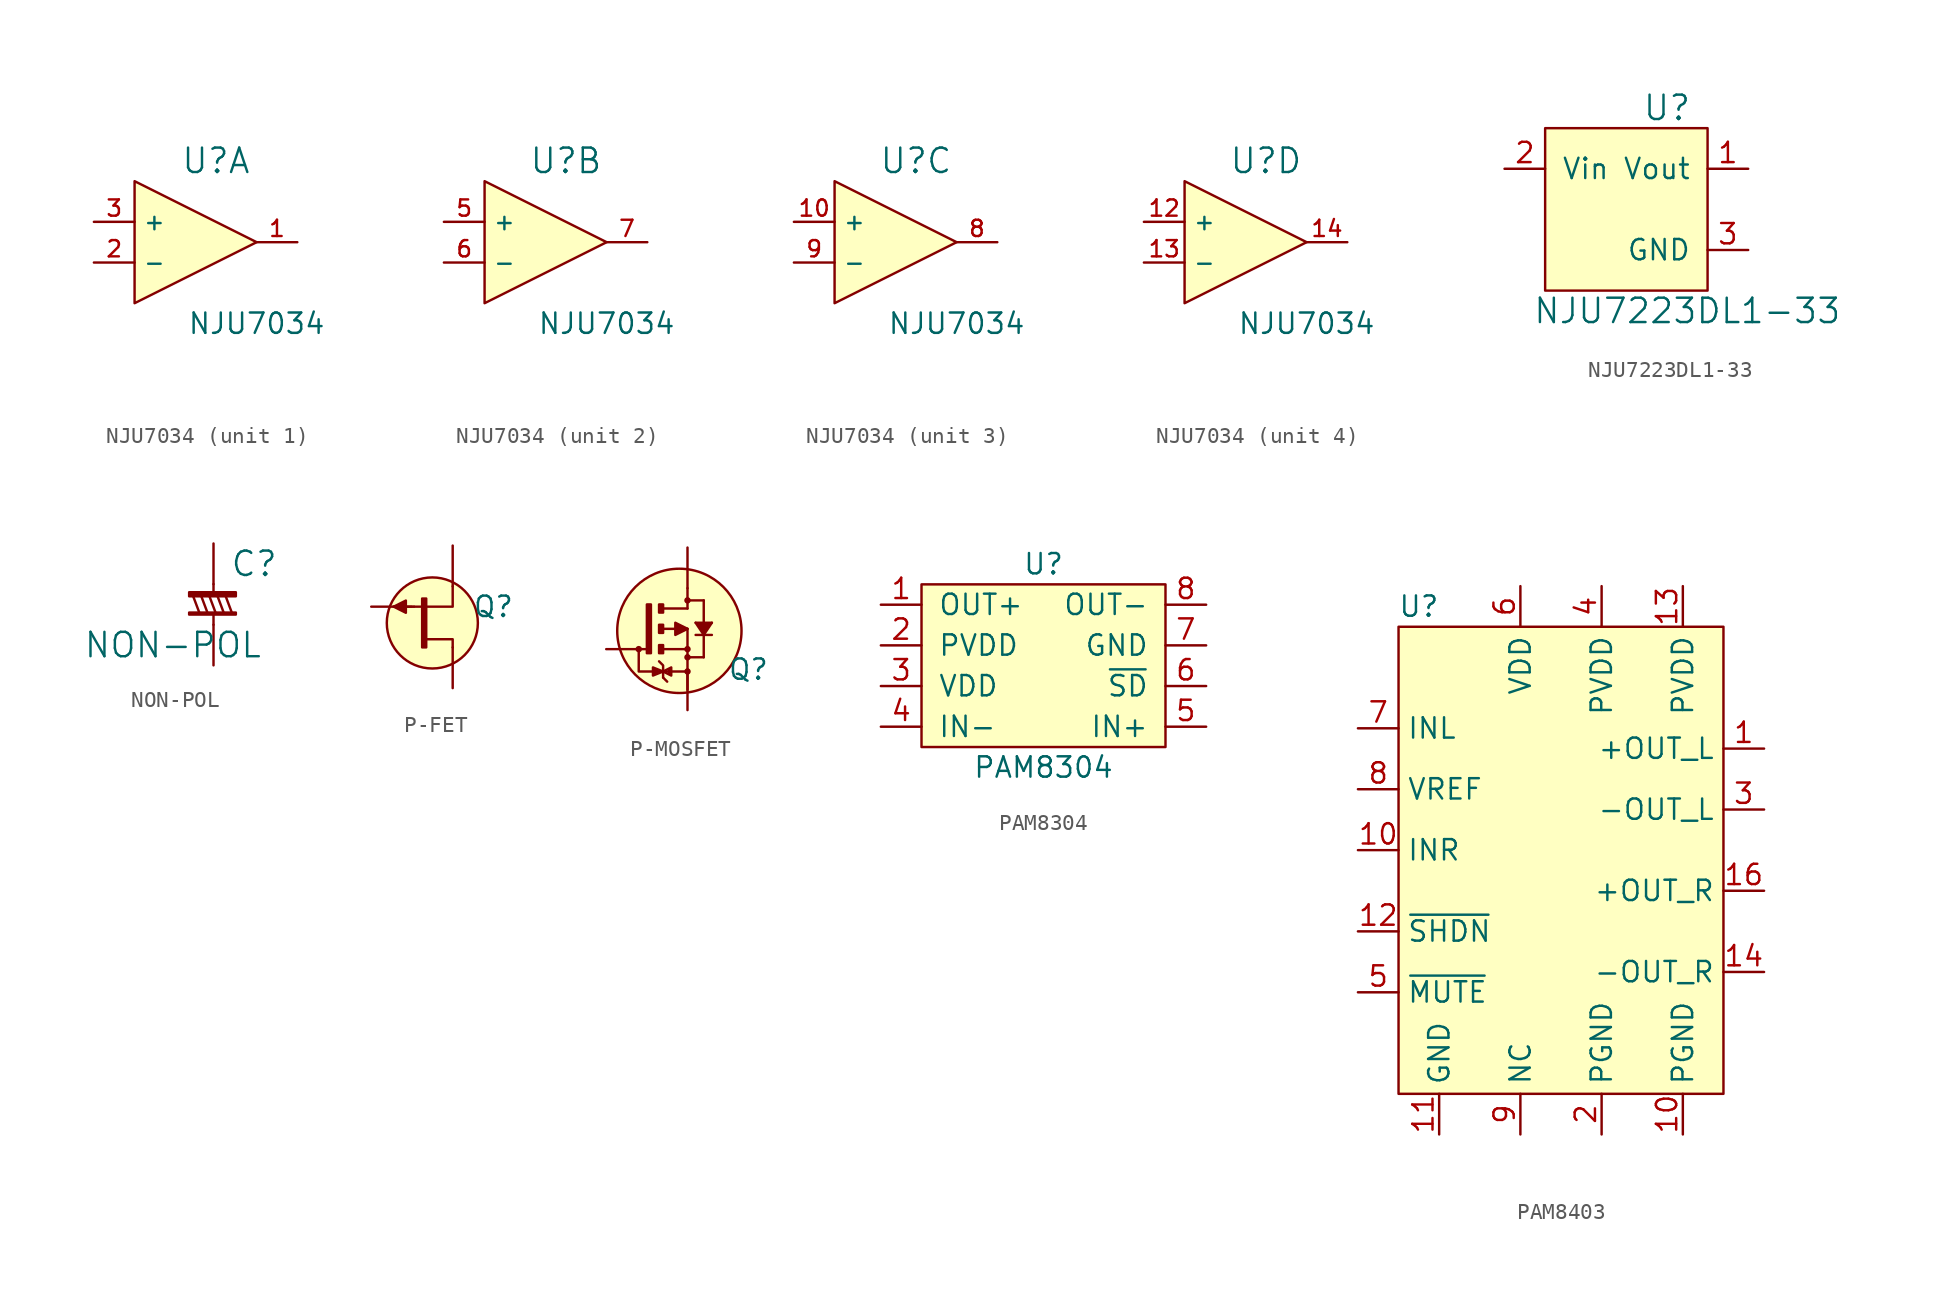
<source format=kicad_sym>
(kicad_symbol_lib
  (version 20220914)
  (generator kicad_symbol_editor)
  (symbol "NJU7034"
    (property "Reference" "U"
      (at 1.27 5.08 0)
      (effects (font (size 1.524 1.524))))
    (property "Value" "NJU7034"
      (at 3.81 -5.08 0)
      (effects (font (size 1.27 1.27))))
    (property "Footprint" ""
      (at 0 0 0)
      (effects (font (size 1.524 1.524))))
    (property "Datasheet" ""
      (at 0 0 0)
      (effects (font (size 1.524 1.524))))
    (symbol "NJU7034_0_1"
      (polyline (pts (xy -3.81 3.81) (xy 3.81 0) (xy -3.81 -3.81) (xy -3.81 3.81)) (stroke (width 0.152) (type default)) (fill (type background)))
      (pin power_in line (at -3.81 -8.89 90) (length 5.08) hide (name "VSS" (effects (font (size 1.016 1.016)))) (number "11" (effects (font (size 1.016 1.016)))))
      (pin power_in line (at -3.81 8.89 270) (length 5.08) hide (name "VDD" (effects (font (size 1.016 1.016)))) (number "4" (effects (font (size 1.016 1.016))))))
    (symbol "NJU7034_1_1"
      (pin output line (at 6.35 0 180) (length 2.54) (name "~" (effects (font (size 1.016 1.016)))) (number "1" (effects (font (size 1.016 1.016)))))
      (pin input line (at -6.35 -1.27 0) (length 2.54) (name "-" (effects (font (size 1.016 1.016)))) (number "2" (effects (font (size 1.016 1.016)))))
      (pin input line (at -6.35 1.27 0) (length 2.54) (name "+" (effects (font (size 1.016 1.016)))) (number "3" (effects (font (size 1.016 1.016))))))
    (symbol "NJU7034_2_1"
      (pin input line (at -6.35 1.27 0) (length 2.54) (name "+" (effects (font (size 1.016 1.016)))) (number "5" (effects (font (size 1.016 1.016)))))
      (pin input line (at -6.35 -1.27 0) (length 2.54) (name "-" (effects (font (size 1.016 1.016)))) (number "6" (effects (font (size 1.016 1.016)))))
      (pin output line (at 6.35 0 180) (length 2.54) (name "~" (effects (font (size 1.016 1.016)))) (number "7" (effects (font (size 1.016 1.016))))))
    (symbol "NJU7034_3_1"
      (pin input line (at -6.35 1.27 0) (length 2.54) (name "+" (effects (font (size 1.016 1.016)))) (number "10" (effects (font (size 1.016 1.016)))))
      (pin output line (at 6.35 0 180) (length 2.54) (name "~" (effects (font (size 1.016 1.016)))) (number "8" (effects (font (size 1.016 1.016)))))
      (pin input line (at -6.35 -1.27 0) (length 2.54) (name "-" (effects (font (size 1.016 1.016)))) (number "9" (effects (font (size 1.016 1.016))))))
    (symbol "NJU7034_4_1"
      (pin input line (at -6.35 1.27 0) (length 2.54) (name "+" (effects (font (size 1.016 1.016)))) (number "12" (effects (font (size 1.016 1.016)))))
      (pin input line (at -6.35 -1.27 0) (length 2.54) (name "-" (effects (font (size 1.016 1.016)))) (number "13" (effects (font (size 1.016 1.016)))))
      (pin output line (at 6.35 0 180) (length 2.54) (name "~" (effects (font (size 1.016 1.016)))) (number "14" (effects (font (size 1.016 1.016)))))))
  (symbol "NJU7223DL1-33"
    (pin_names
      (offset 1.016))
    (property "Reference" "U"
      (at 2.54 6.35 0)
      (effects (font (size 1.524 1.524))))
    (property "Value" "NJU7223DL1-33"
      (at 3.81 -6.35 0)
      (effects (font (size 1.524 1.524))))
    (symbol "NJU7223DL1-33_0_1"
      (rectangle (start -5.08 5.08) (end 5.08 -5.08) (stroke (width 0) (type default)) (fill (type background))))
    (symbol "NJU7223DL1-33_1_1"
      (pin power_out line (at 7.62 2.54 180) (length 2.54) (name "Vout" (effects (font (size 1.27 1.27)))) (number "1" (effects (font (size 1.27 1.27)))))
      (pin power_in line (at -7.62 2.54 0) (length 2.54) (name "Vin" (effects (font (size 1.27 1.27)))) (number "2" (effects (font (size 1.27 1.27)))))
      (pin power_in line (at 7.62 -2.54 180) (length 2.54) (name "GND" (effects (font (size 1.27 1.27)))) (number "3" (effects (font (size 1.27 1.27)))))))
  (symbol "NON-POL"
    (pin_numbers hide)
    (pin_names
      (offset 1.016) hide)
    (property "Reference" "C"
      (at 2.54 2.54 0)
      (effects (font (size 1.524 1.524))))
    (property "Value" "NON-POL"
      (at -2.54 -2.54 0)
      (effects (font (size 1.524 1.524))))
    (property "Footprint" ""
      (at 0 0 90)
      (effects (font (size 1.524 1.524))))
    (property "Datasheet" ""
      (at 0 0 90)
      (effects (font (size 1.524 1.524))))
    (symbol "NON-POL_0_1"
      (rectangle (start -1.524 -0.508) (end 1.397 -0.635) (stroke (width 0) (type default)) (fill (type none)))
      (rectangle (start -1.524 0.762) (end 1.397 0.508) (stroke (width 0) (type default)) (fill (type outline)))
      (rectangle (start 0 -0.635) (end 0 -1.27) (stroke (width 0) (type default)) (fill (type none)))
      (polyline (pts (xy -1.27 0.508) (xy -0.889 -0.508)) (stroke (width 0) (type default)) (fill (type none)))
      (polyline (pts (xy -0.762 0.508) (xy -0.381 -0.508)) (stroke (width 0) (type default)) (fill (type none)))
      (polyline (pts (xy -0.254 0.508) (xy 0.127 -0.508)) (stroke (width 0) (type default)) (fill (type none)))
      (polyline (pts (xy 0.254 0.508) (xy 0.635 -0.508)) (stroke (width 0) (type default)) (fill (type none)))
      (polyline (pts (xy 0.762 0.508) (xy 1.143 -0.508)) (stroke (width 0) (type default)) (fill (type none)))
      (rectangle (start 0 1.27) (end 0 0.762) (stroke (width 0) (type default)) (fill (type none))))
    (symbol "NON-POL_1_1"
      (pin passive line (at 0 -3.81 90) (length 2.54) (name "~" (effects (font (size 1.27 1.27)))) (number "1" (effects (font (size 1.27 1.27)))))
      (pin passive line (at 0 3.81 270) (length 2.54) (name "~" (effects (font (size 1.27 1.27)))) (number "2" (effects (font (size 1.27 1.27)))))))
  (symbol "P-FET"
    (pin_numbers hide)
    (pin_names hide)
    (property "Reference" "Q"
      (at 2.54 0 0)
      (effects (font (size 1.27 1.27))))
    (property "Value" ""
      (at 0 0 0)
      (effects (font (size 1.27 1.27))))
    (symbol "P-FET_0_1"
      (rectangle (start -1.651 0.508) (end -1.905 -2.54) (stroke (width 0) (type default)) (fill (type outline)))
      (circle (center -1.27 -1.016) (radius 2.84) (stroke (width 0) (type default)) (fill (type background)))
      (polyline (pts (xy -3.683 0) (xy -2.413 0)) (stroke (width 0) (type default)) (fill (type none)))
      (polyline (pts (xy -2.413 0) (xy -1.905 0)) (stroke (width 0) (type default)) (fill (type none)))
      (polyline (pts (xy -1.651 -2.032) (xy 0 -2.032) (xy 0 -2.54)) (stroke (width 0) (type default)) (fill (type none)))
      (polyline (pts (xy -1.651 0) (xy 0 0) (xy 0 1.27)) (stroke (width 0) (type default)) (fill (type none)))
      (polyline (pts (xy -3.683 0) (xy -2.921 -0.381) (xy -2.921 0.381) (xy -3.683 0)) (stroke (width 0) (type default)) (fill (type outline))))
    (symbol "P-FET_1_1"
      (pin passive line (at 0 3.81 270) (length 2.54) (name "S" (effects (font (size 1.27 1.27)))) (number "1" (effects (font (size 1.27 1.27)))))
      (pin passive line (at 0 -5.08 90) (length 2.54) (name "D" (effects (font (size 1.27 1.27)))) (number "2" (effects (font (size 1.27 1.27)))))
      (pin passive line (at -5.08 0 0) (length 2.54) (name "G" (effects (font (size 1.27 1.27)))) (number "3" (effects (font (size 1.27 1.27)))))))
  (symbol "P-MOSFET"
    (pin_numbers hide)
    (pin_names hide)
    (property "Reference" "Q"
      (at 3.81 -1.27 0)
      (effects (font (size 1.27 1.27))))
    (property "Value" ""
      (at 0 1.27 0)
      (effects (font (size 1.27 1.27))))
    (symbol "P-MOSFET_0_1"
      (circle (center -3.048 0) (radius 0.127) (stroke (width 0) (type default)) (fill (type none)))
      (rectangle (start -2.286 -0.254) (end -2.54 2.794) (stroke (width 0) (type default)) (fill (type outline)))
      (rectangle (start -1.778 -0.254) (end -1.524 0.254) (stroke (width 0) (type default)) (fill (type outline)))
      (rectangle (start -1.778 1.016) (end -1.524 1.524) (stroke (width 0) (type default)) (fill (type outline)))
      (rectangle (start -1.778 2.286) (end -1.524 2.794) (stroke (width 0) (type default)) (fill (type outline)))
      (circle (center -0.508 1.143) (radius 3.885) (stroke (width 0) (type default)) (fill (type background)))
      (circle (center 0 -1.397) (radius 0.127) (stroke (width 0) (type default)) (fill (type none)))
      (circle (center 0 -0.508) (radius 0.127) (stroke (width 0) (type default)) (fill (type none)))
      (polyline (pts (xy -2.032 -1.524) (xy -2.032 -1.27)) (stroke (width 0) (type default)) (fill (type none)))
      (polyline (pts (xy -1.905 -1.524) (xy -1.905 -1.27)) (stroke (width 0) (type default)) (fill (type none)))
      (polyline (pts (xy -1.524 -1.778) (xy -1.27 -2.032)) (stroke (width 0) (type default)) (fill (type none)))
      (polyline (pts (xy -1.143 -1.524) (xy -1.143 -1.27)) (stroke (width 0) (type default)) (fill (type none)))
      (polyline (pts (xy 0 0) (xy 0 -2.54)) (stroke (width 0) (type default)) (fill (type none)))
      (polyline (pts (xy 0 1.27) (xy -1.549 1.27)) (stroke (width 0) (type default)) (fill (type none)))
      (polyline (pts (xy 0 1.27) (xy 0 0)) (stroke (width 0) (type default)) (fill (type none)))
      (polyline (pts (xy 0 2.54) (xy 0 3.81)) (stroke (width 0) (type default)) (fill (type none)))
      (polyline (pts (xy 1.524 0.889) (xy 0.508 0.889)) (stroke (width 0) (type default)) (fill (type none)))
      (polyline (pts (xy -1.524 -1.778) (xy -1.524 -1.016) (xy -1.778 -0.762)) (stroke (width 0) (type default)) (fill (type none)))
      (polyline (pts (xy -1.524 0) (xy 0 0) (xy 0 0)) (stroke (width 0) (type default)) (fill (type none)))
      (polyline (pts (xy -1.524 2.54) (xy 0 2.54) (xy 0 2.54)) (stroke (width 0) (type default)) (fill (type none)))
      (polyline (pts (xy 0 -1.397) (xy -3.048 -1.397) (xy -3.048 0)) (stroke (width 0) (type default)) (fill (type none)))
      (polyline (pts (xy 0 3.048) (xy 1.016 3.048) (xy 1.016 3.048)) (stroke (width 0) (type default)) (fill (type none)))
      (polyline (pts (xy 0.508 1.651) (xy 1.524 1.651) (xy 1.524 1.651)) (stroke (width 0) (type default)) (fill (type outline)))
      (polyline (pts (xy 1.016 -0.508) (xy 1.016 3.048) (xy 1.016 3.048)) (stroke (width 0) (type default)) (fill (type outline)))
      (polyline (pts (xy 1.524 1.651) (xy 1.016 0.889) (xy 0.508 1.651)) (stroke (width 0) (type default)) (fill (type outline)))
      (polyline (pts (xy -2.159 -1.651) (xy -2.159 -1.143) (xy -1.524 -1.397) (xy -2.159 -1.651)) (stroke (width 0) (type default)) (fill (type none)))
      (polyline (pts (xy -1.524 -1.397) (xy -1.016 -1.651) (xy -1.016 -1.143) (xy -1.524 -1.397)) (stroke (width 0) (type default)) (fill (type none)))
      (polyline (pts (xy 0 1.27) (xy -0.762 1.651) (xy -0.762 0.889) (xy 0 1.27)) (stroke (width 0) (type default)) (fill (type outline)))
      (polyline (pts (xy 0 -0.508) (xy 1.016 -0.508) (xy 1.016 -0.508) (xy 1.016 -0.508) (xy 1.016 -0.508)) (stroke (width 0) (type default)) (fill (type none)))
      (circle (center 0 0) (radius 0.127) (stroke (width 0) (type default)) (fill (type none)))
      (circle (center 0 3.048) (radius 0.127) (stroke (width 0) (type default)) (fill (type none))))
    (symbol "P-MOSFET_1_1"
      (pin passive line (at -5.08 0 0) (length 2.54) (name "G" (effects (font (size 1.27 1.27)))) (number "1" (effects (font (size 1.27 1.27)))))
      (pin passive line (at 0 -3.81 90) (length 2.54) (name "S" (effects (font (size 1.27 1.27)))) (number "2" (effects (font (size 1.27 1.27)))))
      (pin passive line (at 0 6.35 270) (length 2.54) (name "D" (effects (font (size 1.27 1.27)))) (number "3" (effects (font (size 1.27 1.27)))))))
  (symbol "PAM8304"
    (pin_names
      (offset 1.016))
    (property "Reference" "U"
      (at 0 6.35 0)
      (effects (font (size 1.27 1.27))))
    (property "Value" "PAM8304"
      (at 0 -6.35 0)
      (effects (font (size 1.27 1.27))))
    (symbol "PAM8304_0_1"
      (rectangle (start -7.62 5.08) (end 7.62 -5.08) (stroke (width 0) (type default)) (fill (type background))))
    (symbol "PAM8304_1_1"
      (pin output line (at -10.16 3.81 0) (length 2.54) (name "OUT+" (effects (font (size 1.27 1.27)))) (number "1" (effects (font (size 1.27 1.27)))))
      (pin power_in line (at -10.16 1.27 0) (length 2.54) (name "PVDD" (effects (font (size 1.27 1.27)))) (number "2" (effects (font (size 1.27 1.27)))))
      (pin power_in line (at -10.16 -1.27 0) (length 2.54) (name "VDD" (effects (font (size 1.27 1.27)))) (number "3" (effects (font (size 1.27 1.27)))))
      (pin input line (at -10.16 -3.81 0) (length 2.54) (name "IN-" (effects (font (size 1.27 1.27)))) (number "4" (effects (font (size 1.27 1.27)))))
      (pin input line (at 10.16 -3.81 180) (length 2.54) (name "IN+" (effects (font (size 1.27 1.27)))) (number "5" (effects (font (size 1.27 1.27)))))
      (pin input line (at 10.16 -1.27 180) (length 2.54) (name "~{SD}" (effects (font (size 1.27 1.27)))) (number "6" (effects (font (size 1.27 1.27)))))
      (pin power_in line (at 10.16 1.27 180) (length 2.54) (name "GND" (effects (font (size 1.27 1.27)))) (number "7" (effects (font (size 1.27 1.27)))))
      (pin output line (at 10.16 3.81 180) (length 2.54) (name "OUT-" (effects (font (size 1.27 1.27)))) (number "8" (effects (font (size 1.27 1.27)))))))
  (symbol "PAM8403"
    (property "Reference" "U"
      (at -8.89 15.24 0)
      (effects (font (size 1.27 1.27))))
    (property "Value" ""
      (at 0 0 0)
      (effects (font (size 1.27 1.27))))
    (symbol "PAM8403_0_1"
      (rectangle (start -10.16 13.97) (end 10.16 -15.24) (stroke (width 0) (type default)) (fill (type background))))
    (symbol "PAM8403_1_1"
      (pin output line (at 12.7 6.35 180) (length 2.54) (name "+OUT_L" (effects (font (size 1.27 1.27)))) (number "1" (effects (font (size 1.27 1.27)))))
      (pin input line (at -12.7 0 0) (length 2.54) (name "INR" (effects (font (size 1.27 1.27)))) (number "10" (effects (font (size 1.27 1.27)))))
      (pin power_in line (at 7.62 -17.78 90) (length 2.54) (name "PGND" (effects (font (size 1.27 1.27)))) (number "10" (effects (font (size 1.27 1.27)))))
      (pin power_in line (at -7.62 -17.78 90) (length 2.54) (name "GND" (effects (font (size 1.27 1.27)))) (number "11" (effects (font (size 1.27 1.27)))))
      (pin input line (at -12.7 -5.08 0) (length 2.54) (name "~{SHDN}" (effects (font (size 1.27 1.27)))) (number "12" (effects (font (size 1.27 1.27)))))
      (pin power_in line (at 7.62 16.51 270) (length 2.54) (name "PVDD" (effects (font (size 1.27 1.27)))) (number "13" (effects (font (size 1.27 1.27)))))
      (pin output line (at 12.7 -7.62 180) (length 2.54) (name "-OUT_R" (effects (font (size 1.27 1.27)))) (number "14" (effects (font (size 1.27 1.27)))))
      (pin output line (at 12.7 -2.54 180) (length 2.54) (name "+OUT_R" (effects (font (size 1.27 1.27)))) (number "16" (effects (font (size 1.27 1.27)))))
      (pin power_in line (at 2.54 -17.78 90) (length 2.54) (name "PGND" (effects (font (size 1.27 1.27)))) (number "2" (effects (font (size 1.27 1.27)))))
      (pin output line (at 12.7 2.54 180) (length 2.54) (name "-OUT_L" (effects (font (size 1.27 1.27)))) (number "3" (effects (font (size 1.27 1.27)))))
      (pin power_in line (at 2.54 16.51 270) (length 2.54) (name "PVDD" (effects (font (size 1.27 1.27)))) (number "4" (effects (font (size 1.27 1.27)))))
      (pin input line (at -12.7 -8.89 0) (length 2.54) (name "~{MUTE}" (effects (font (size 1.27 1.27)))) (number "5" (effects (font (size 1.27 1.27)))))
      (pin power_in line (at -2.54 16.51 270) (length 2.54) (name "VDD" (effects (font (size 1.27 1.27)))) (number "6" (effects (font (size 1.27 1.27)))))
      (pin input line (at -12.7 7.62 0) (length 2.54) (name "INL" (effects (font (size 1.27 1.27)))) (number "7" (effects (font (size 1.27 1.27)))))
      (pin output line (at -12.7 3.81 0) (length 2.54) (name "VREF" (effects (font (size 1.27 1.27)))) (number "8" (effects (font (size 1.27 1.27)))))
      (pin passive line (at -2.54 -17.78 90) (length 2.54) (name "NC" (effects (font (size 1.27 1.27)))) (number "9" (effects (font (size 1.27 1.27))))))))
</source>
